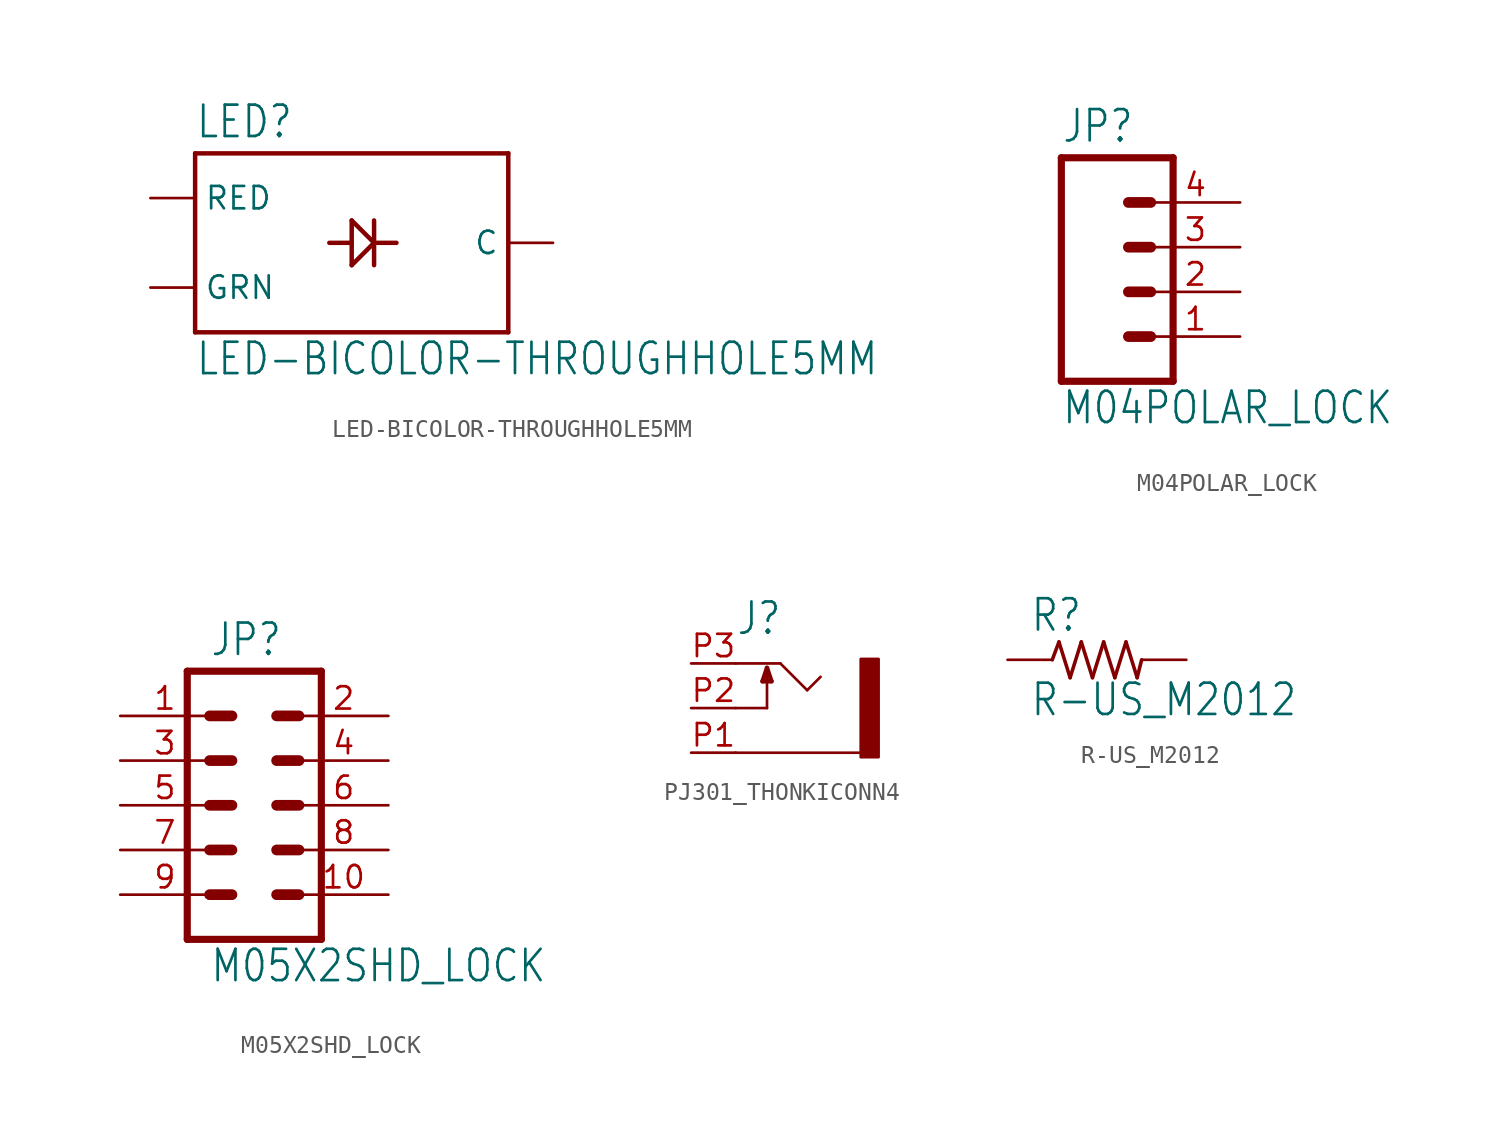
<source format=kicad_sym>
(kicad_symbol_lib
  (version 20211014)
  (generator kicad_symbol_editor)
  (symbol "LED-BICOLOR-THROUGHHOLE5MM"
    (property "Reference" "LED"
      (at -7.62 5.842 0)
      (effects (font (size 1.778 1.511)) (justify left bottom)))
    (property "Value" "LED-BICOLOR-THROUGHHOLE5MM"
      (at -7.62 -7.62 0)
      (effects (font (size 1.778 1.511)) (justify left bottom)))
    (property "ki_locked" ""
      (at 0 0 0)
      (effects (font (size 1.27 1.27))))
    (symbol "LED-BICOLOR-THROUGHHOLE5MM_1_0"
      (polyline (pts (xy -7.62 -5.08) (xy -7.62 5.08)) (stroke (width 0.254) (type default) (color 0 0 0 0)) (fill (type none)))
      (polyline (pts (xy -7.62 5.08) (xy 10.16 5.08)) (stroke (width 0.254) (type default) (color 0 0 0 0)) (fill (type none)))
      (polyline (pts (xy 1.27 -1.27) (xy 2.54 0)) (stroke (width 0.254) (type default) (color 0 0 0 0)) (fill (type none)))
      (polyline (pts (xy 1.27 0) (xy 0 0)) (stroke (width 0.254) (type default) (color 0 0 0 0)) (fill (type none)))
      (polyline (pts (xy 1.27 0) (xy 1.27 -1.27)) (stroke (width 0.254) (type default) (color 0 0 0 0)) (fill (type none)))
      (polyline (pts (xy 1.27 1.27) (xy 1.27 0)) (stroke (width 0.254) (type default) (color 0 0 0 0)) (fill (type none)))
      (polyline (pts (xy 2.54 0) (xy 1.27 1.27)) (stroke (width 0.254) (type default) (color 0 0 0 0)) (fill (type none)))
      (polyline (pts (xy 2.54 0) (xy 2.54 -1.27)) (stroke (width 0.254) (type default) (color 0 0 0 0)) (fill (type none)))
      (polyline (pts (xy 2.54 0) (xy 3.81 0)) (stroke (width 0.254) (type default) (color 0 0 0 0)) (fill (type none)))
      (polyline (pts (xy 2.54 1.27) (xy 2.54 0)) (stroke (width 0.254) (type default) (color 0 0 0 0)) (fill (type none)))
      (polyline (pts (xy 10.16 -5.08) (xy -7.62 -5.08)) (stroke (width 0.254) (type default) (color 0 0 0 0)) (fill (type none)))
      (polyline (pts (xy 10.16 5.08) (xy 10.16 -5.08)) (stroke (width 0.254) (type default) (color 0 0 0 0)) (fill (type none)))
      (pin bidirectional line (at -10.16 2.54 0) (length 2.54) (name "RED" (effects (font (size 1.27 1.27)))) (number "1" (effects (font (size 0 0)))))
      (pin bidirectional line (at 12.7 0 180) (length 2.54) (name "C" (effects (font (size 1.27 1.27)))) (number "2" (effects (font (size 0 0)))))
      (pin bidirectional line (at -10.16 -2.54 0) (length 2.54) (name "GRN" (effects (font (size 1.27 1.27)))) (number "3" (effects (font (size 0 0)))))))
  (symbol "M04POLAR_LOCK"
    (property "Reference" "JP"
      (at -5.08 8.382 0)
      (effects (font (size 1.778 1.511)) (justify left bottom)))
    (property "Value" "M04POLAR_LOCK"
      (at -5.08 -7.62 0)
      (effects (font (size 1.778 1.511)) (justify left bottom)))
    (property "ki_locked" ""
      (at 0 0 0)
      (effects (font (size 1.27 1.27))))
    (symbol "M04POLAR_LOCK_1_0"
      (polyline (pts (xy -5.08 7.62) (xy -5.08 -5.08)) (stroke (width 0.406) (type default) (color 0 0 0 0)) (fill (type none)))
      (polyline (pts (xy -5.08 7.62) (xy 1.27 7.62)) (stroke (width 0.406) (type default) (color 0 0 0 0)) (fill (type none)))
      (polyline (pts (xy -1.27 -2.54) (xy 0 -2.54)) (stroke (width 0.61) (type default) (color 0 0 0 0)) (fill (type none)))
      (polyline (pts (xy -1.27 0) (xy 0 0)) (stroke (width 0.61) (type default) (color 0 0 0 0)) (fill (type none)))
      (polyline (pts (xy -1.27 2.54) (xy 0 2.54)) (stroke (width 0.61) (type default) (color 0 0 0 0)) (fill (type none)))
      (polyline (pts (xy -1.27 5.08) (xy 0 5.08)) (stroke (width 0.61) (type default) (color 0 0 0 0)) (fill (type none)))
      (polyline (pts (xy 1.27 -5.08) (xy -5.08 -5.08)) (stroke (width 0.406) (type default) (color 0 0 0 0)) (fill (type none)))
      (polyline (pts (xy 1.27 -5.08) (xy 1.27 7.62)) (stroke (width 0.406) (type default) (color 0 0 0 0)) (fill (type none)))
      (pin passive line (at 5.08 -2.54 180) (length 5.08) (name "1" (effects (font (size 0 0)))) (number "1" (effects (font (size 1.27 1.27)))))
      (pin passive line (at 5.08 0 180) (length 5.08) (name "2" (effects (font (size 0 0)))) (number "2" (effects (font (size 1.27 1.27)))))
      (pin passive line (at 5.08 2.54 180) (length 5.08) (name "3" (effects (font (size 0 0)))) (number "3" (effects (font (size 1.27 1.27)))))
      (pin passive line (at 5.08 5.08 180) (length 5.08) (name "4" (effects (font (size 0 0)))) (number "4" (effects (font (size 1.27 1.27)))))))
  (symbol "M05X2SHD_LOCK"
    (property "Reference" "JP"
      (at -2.54 8.382 0)
      (effects (font (size 1.778 1.511)) (justify left bottom)))
    (property "Value" "M05X2SHD_LOCK"
      (at -2.54 -10.16 0)
      (effects (font (size 1.778 1.511)) (justify left bottom)))
    (property "ki_locked" ""
      (at 0 0 0)
      (effects (font (size 1.27 1.27))))
    (symbol "M05X2SHD_LOCK_1_0"
      (polyline (pts (xy -3.81 7.62) (xy -3.81 -7.62)) (stroke (width 0.406) (type default) (color 0 0 0 0)) (fill (type none)))
      (polyline (pts (xy -3.81 7.62) (xy 3.81 7.62)) (stroke (width 0.406) (type default) (color 0 0 0 0)) (fill (type none)))
      (polyline (pts (xy -1.27 -5.08) (xy -2.54 -5.08)) (stroke (width 0.61) (type default) (color 0 0 0 0)) (fill (type none)))
      (polyline (pts (xy -1.27 -2.54) (xy -2.54 -2.54)) (stroke (width 0.61) (type default) (color 0 0 0 0)) (fill (type none)))
      (polyline (pts (xy -1.27 0) (xy -2.54 0)) (stroke (width 0.61) (type default) (color 0 0 0 0)) (fill (type none)))
      (polyline (pts (xy -1.27 2.54) (xy -2.54 2.54)) (stroke (width 0.61) (type default) (color 0 0 0 0)) (fill (type none)))
      (polyline (pts (xy -1.27 5.08) (xy -2.54 5.08)) (stroke (width 0.61) (type default) (color 0 0 0 0)) (fill (type none)))
      (polyline (pts (xy 1.27 -5.08) (xy 2.54 -5.08)) (stroke (width 0.61) (type default) (color 0 0 0 0)) (fill (type none)))
      (polyline (pts (xy 1.27 -2.54) (xy 2.54 -2.54)) (stroke (width 0.61) (type default) (color 0 0 0 0)) (fill (type none)))
      (polyline (pts (xy 1.27 0) (xy 2.54 0)) (stroke (width 0.61) (type default) (color 0 0 0 0)) (fill (type none)))
      (polyline (pts (xy 1.27 2.54) (xy 2.54 2.54)) (stroke (width 0.61) (type default) (color 0 0 0 0)) (fill (type none)))
      (polyline (pts (xy 1.27 5.08) (xy 2.54 5.08)) (stroke (width 0.61) (type default) (color 0 0 0 0)) (fill (type none)))
      (polyline (pts (xy 3.81 -7.62) (xy -3.81 -7.62)) (stroke (width 0.406) (type default) (color 0 0 0 0)) (fill (type none)))
      (polyline (pts (xy 3.81 -7.62) (xy 3.81 7.62)) (stroke (width 0.406) (type default) (color 0 0 0 0)) (fill (type none)))
      (pin passive line (at -7.62 5.08 0) (length 5.08) (name "1" (effects (font (size 0 0)))) (number "1" (effects (font (size 1.27 1.27)))))
      (pin passive line (at 7.62 -5.08 180) (length 5.08) (name "10" (effects (font (size 0 0)))) (number "10" (effects (font (size 1.27 1.27)))))
      (pin passive line (at 7.62 5.08 180) (length 5.08) (name "2" (effects (font (size 0 0)))) (number "2" (effects (font (size 1.27 1.27)))))
      (pin passive line (at -7.62 2.54 0) (length 5.08) (name "3" (effects (font (size 0 0)))) (number "3" (effects (font (size 1.27 1.27)))))
      (pin passive line (at 7.62 2.54 180) (length 5.08) (name "4" (effects (font (size 0 0)))) (number "4" (effects (font (size 1.27 1.27)))))
      (pin passive line (at -7.62 0 0) (length 5.08) (name "5" (effects (font (size 0 0)))) (number "5" (effects (font (size 1.27 1.27)))))
      (pin passive line (at 7.62 0 180) (length 5.08) (name "6" (effects (font (size 0 0)))) (number "6" (effects (font (size 1.27 1.27)))))
      (pin passive line (at -7.62 -2.54 0) (length 5.08) (name "7" (effects (font (size 0 0)))) (number "7" (effects (font (size 1.27 1.27)))))
      (pin passive line (at 7.62 -2.54 180) (length 5.08) (name "8" (effects (font (size 0 0)))) (number "8" (effects (font (size 1.27 1.27)))))
      (pin passive line (at -7.62 -5.08 0) (length 5.08) (name "9" (effects (font (size 0 0)))) (number "9" (effects (font (size 1.27 1.27)))))))
  (symbol "PJ301_THONKICONN4"
    (property "Reference" "J"
      (at -2.54 4.064 0)
      (effects (font (size 1.778 1.511)) (justify left bottom)))
    (property "ki_locked" ""
      (at 0 0 0)
      (effects (font (size 1.27 1.27))))
    (symbol "PJ301_THONKICONN4_1_0"
      (polyline (pts (xy -2.54 -2.54) (xy 4.572 -2.54)) (stroke (width 0.152) (type default) (color 0 0 0 0)) (fill (type none)))
      (polyline (pts (xy -2.54 0) (xy -0.762 0)) (stroke (width 0.152) (type default) (color 0 0 0 0)) (fill (type none)))
      (polyline (pts (xy -2.54 2.54) (xy 0 2.54)) (stroke (width 0.152) (type default) (color 0 0 0 0)) (fill (type none)))
      (polyline (pts (xy -1.016 1.524) (xy -0.508 1.524)) (stroke (width 0.254) (type default) (color 0 0 0 0)) (fill (type none)))
      (polyline (pts (xy -0.762 0) (xy -0.762 2.286)) (stroke (width 0.152) (type default) (color 0 0 0 0)) (fill (type none)))
      (polyline (pts (xy -0.762 2.286) (xy -1.016 1.524)) (stroke (width 0.254) (type default) (color 0 0 0 0)) (fill (type none)))
      (polyline (pts (xy -0.508 1.524) (xy -0.762 2.286)) (stroke (width 0.254) (type default) (color 0 0 0 0)) (fill (type none)))
      (polyline (pts (xy 0 2.54) (xy 1.524 1.016)) (stroke (width 0.152) (type default) (color 0 0 0 0)) (fill (type none)))
      (polyline (pts (xy 1.524 1.016) (xy 2.286 1.778)) (stroke (width 0.152) (type default) (color 0 0 0 0)) (fill (type none)))
      (rectangle (start 4.572 2.794) (end 5.588 -2.794) (stroke (width 0) (type default) (color 0 0 0 0)) (fill (type outline)))
      (pin passive line (at -5.08 -2.54 0) (length 2.54) (name "1" (effects (font (size 0 0)))) (number "P1" (effects (font (size 1.27 1.27)))))
      (pin passive line (at -5.08 0 0) (length 2.54) (name "2" (effects (font (size 0 0)))) (number "P2" (effects (font (size 1.27 1.27)))))
      (pin passive line (at -5.08 2.54 0) (length 2.54) (name "3" (effects (font (size 0 0)))) (number "P3" (effects (font (size 1.27 1.27)))))))
  (symbol "R-US_M2012"
    (property "Reference" "R"
      (at -3.81 1.499 0)
      (effects (font (size 1.778 1.511)) (justify left bottom)))
    (property "Value" "R-US_M2012"
      (at -3.81 -3.302 0)
      (effects (font (size 1.778 1.511)) (justify left bottom)))
    (property "ki_locked" ""
      (at 0 0 0)
      (effects (font (size 1.27 1.27))))
    (symbol "R-US_M2012_1_0"
      (polyline (pts (xy -2.54 0) (xy -2.159 1.016)) (stroke (width 0.203) (type default) (color 0 0 0 0)) (fill (type none)))
      (polyline (pts (xy -2.159 1.016) (xy -1.524 -1.016)) (stroke (width 0.203) (type default) (color 0 0 0 0)) (fill (type none)))
      (polyline (pts (xy -1.524 -1.016) (xy -0.889 1.016)) (stroke (width 0.203) (type default) (color 0 0 0 0)) (fill (type none)))
      (polyline (pts (xy -0.889 1.016) (xy -0.254 -1.016)) (stroke (width 0.203) (type default) (color 0 0 0 0)) (fill (type none)))
      (polyline (pts (xy -0.254 -1.016) (xy 0.381 1.016)) (stroke (width 0.203) (type default) (color 0 0 0 0)) (fill (type none)))
      (polyline (pts (xy 0.381 1.016) (xy 1.016 -1.016)) (stroke (width 0.203) (type default) (color 0 0 0 0)) (fill (type none)))
      (polyline (pts (xy 1.016 -1.016) (xy 1.651 1.016)) (stroke (width 0.203) (type default) (color 0 0 0 0)) (fill (type none)))
      (polyline (pts (xy 1.651 1.016) (xy 2.286 -1.016)) (stroke (width 0.203) (type default) (color 0 0 0 0)) (fill (type none)))
      (polyline (pts (xy 2.286 -1.016) (xy 2.54 0)) (stroke (width 0.203) (type default) (color 0 0 0 0)) (fill (type none)))
      (pin passive line (at -5.08 0 0) (length 2.54) (name "1" (effects (font (size 0 0)))) (number "1" (effects (font (size 0 0)))))
      (pin passive line (at 5.08 0 180) (length 2.54) (name "2" (effects (font (size 0 0)))) (number "2" (effects (font (size 0 0))))))))
</source>
